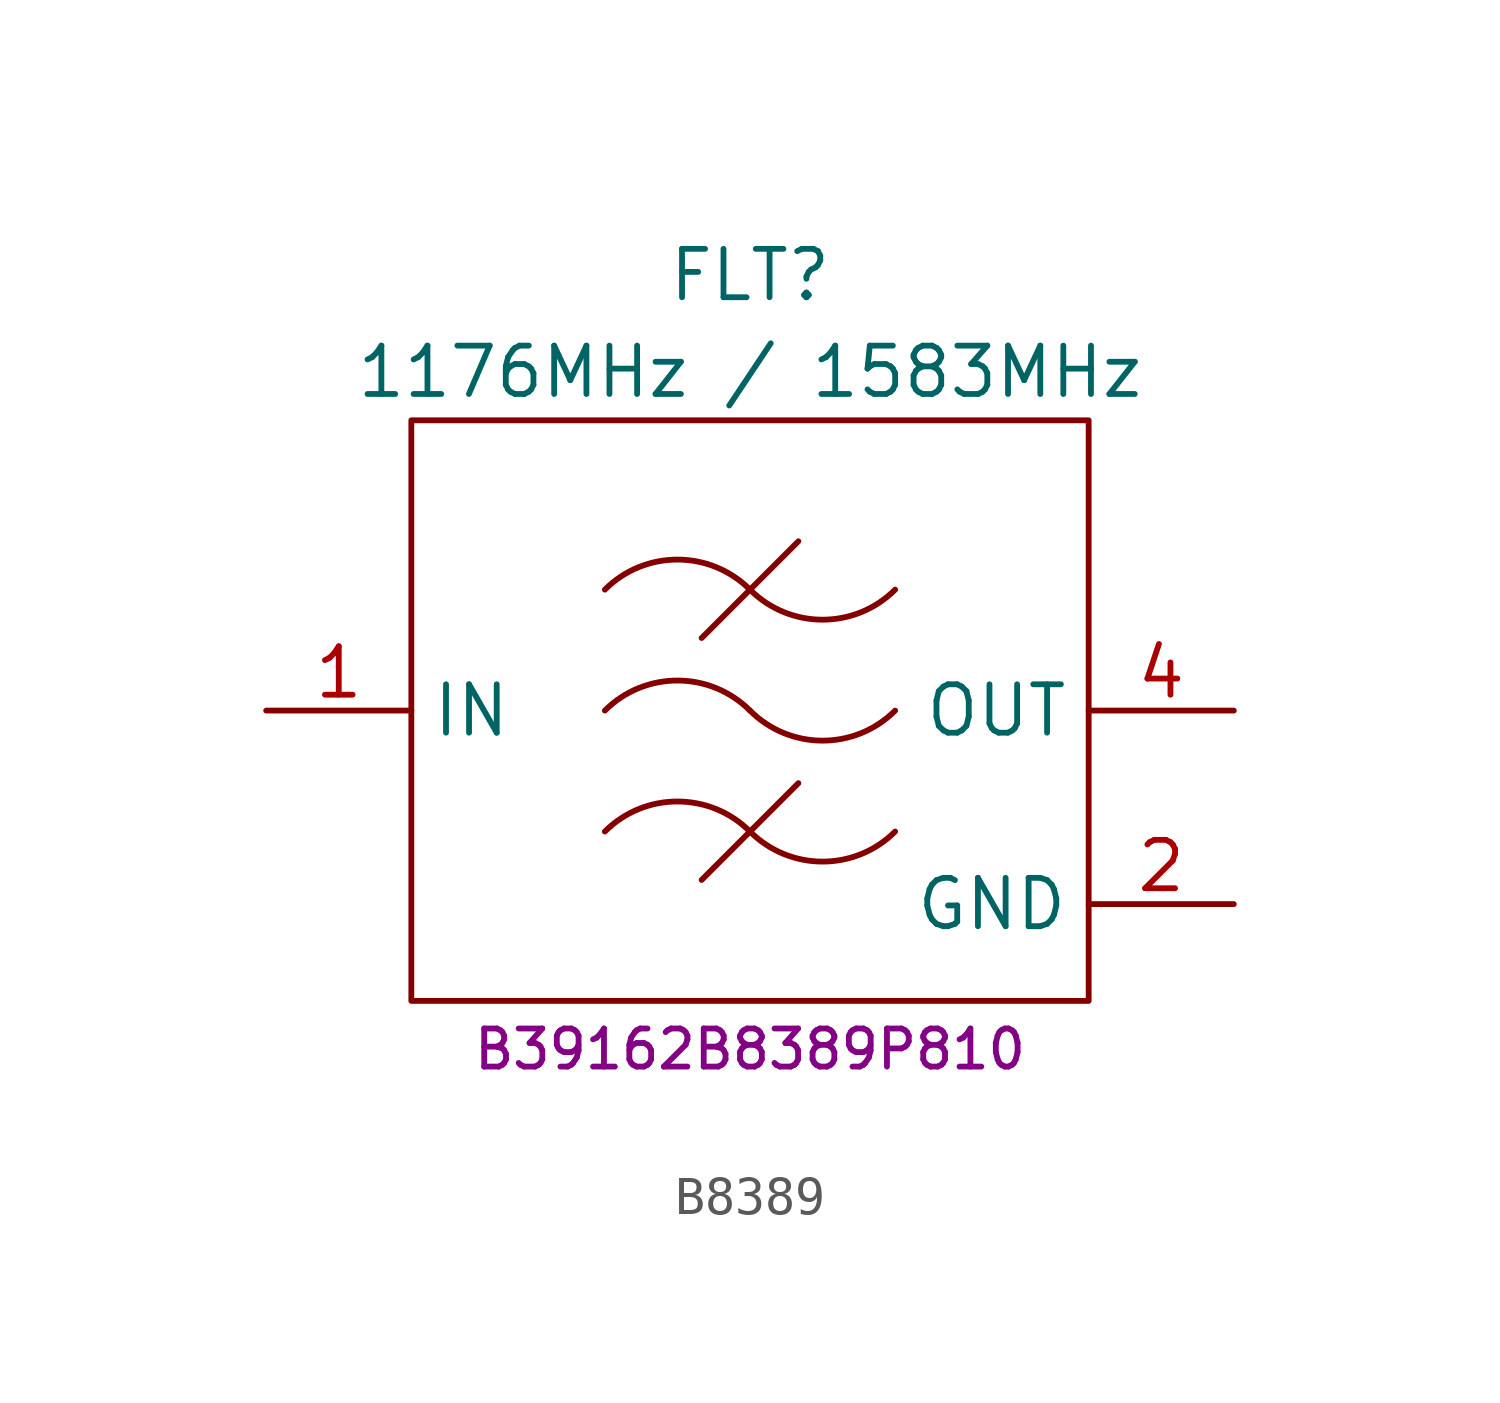
<source format=kicad_sym>
(kicad_symbol_lib
  (version 20231120)
  (generator "kicad_symbol_editor")
  (generator_version "8.0")
  (symbol "B8389"
    (property "Reference" "FLT"
      (at 0 11.43 0)
      (do_not_autoplace)
      (effects (font (size 1.27 1.27))))
    (property "Value" "1176MHz / 1583MHz"
      (at 0 8.89 0)
      (do_not_autoplace)
      (effects (font (size 1.27 1.27))))
    (property "MPN" "B39162B8389P810"
      (at 0 -8.89 0)
      (do_not_autoplace)
      (effects (font (size 1 1))))
    (symbol "B8389_0_1"
      (rectangle (start -8.89 7.62) (end 8.89 -7.62) (stroke (width 0) (type default)) (fill (type none)))
      (arc (start 0 -3.1751) (mid -1.905 -2.386) (end -3.81 -3.1751) (stroke (width 0) (type default)) (fill (type none)))
      (arc (start 0 -3.1749) (mid 1.905 -3.964) (end 3.81 -3.1749) (stroke (width 0) (type default)) (fill (type none)))
      (arc (start 0 -0.0001) (mid -1.905 0.789) (end -3.81 -0.0001) (stroke (width 0) (type default)) (fill (type none)))
      (polyline (pts (xy 1.27 -1.905) (xy -1.27 -4.445)) (stroke (width 0) (type default)) (fill (type none)))
      (polyline (pts (xy 1.27 4.445) (xy -1.27 1.905)) (stroke (width 0) (type default)) (fill (type none)))
      (arc (start 0 0.0001) (mid 1.905 -0.789) (end 3.81 0.0001) (stroke (width 0) (type default)) (fill (type none)))
      (arc (start 0 3.1749) (mid -1.905 3.964) (end -3.81 3.1749) (stroke (width 0) (type default)) (fill (type none)))
      (arc (start 0 3.1751) (mid 1.905 2.386) (end 3.81 3.1751) (stroke (width 0) (type default)) (fill (type none))))
    (symbol "B8389_1_1"
      (pin passive line (at -12.7 0 0) (length 3.81) (name "IN" (effects (font (size 1.27 1.27)))) (number "1" (effects (font (size 1.27 1.27)))))
      (pin power_in line (at 12.7 -5.08 180) (length 3.81) (name "GND" (effects (font (size 1.27 1.27)))) (number "2" (effects (font (size 1.27 1.27)))))
      (pin passive line (at 12.7 -5.08 180) (length 3.81) hide (name "GND" (effects (font (size 1.27 1.27)))) (number "3" (effects (font (size 1.27 1.27)))))
      (pin passive line (at 12.7 0 180) (length 3.81) (name "OUT" (effects (font (size 1.27 1.27)))) (number "4" (effects (font (size 1.27 1.27)))))
      (pin passive line (at 12.7 -5.08 180) (length 3.81) hide (name "GND" (effects (font (size 1.27 1.27)))) (number "5" (effects (font (size 1.27 1.27))))))))
</source>
